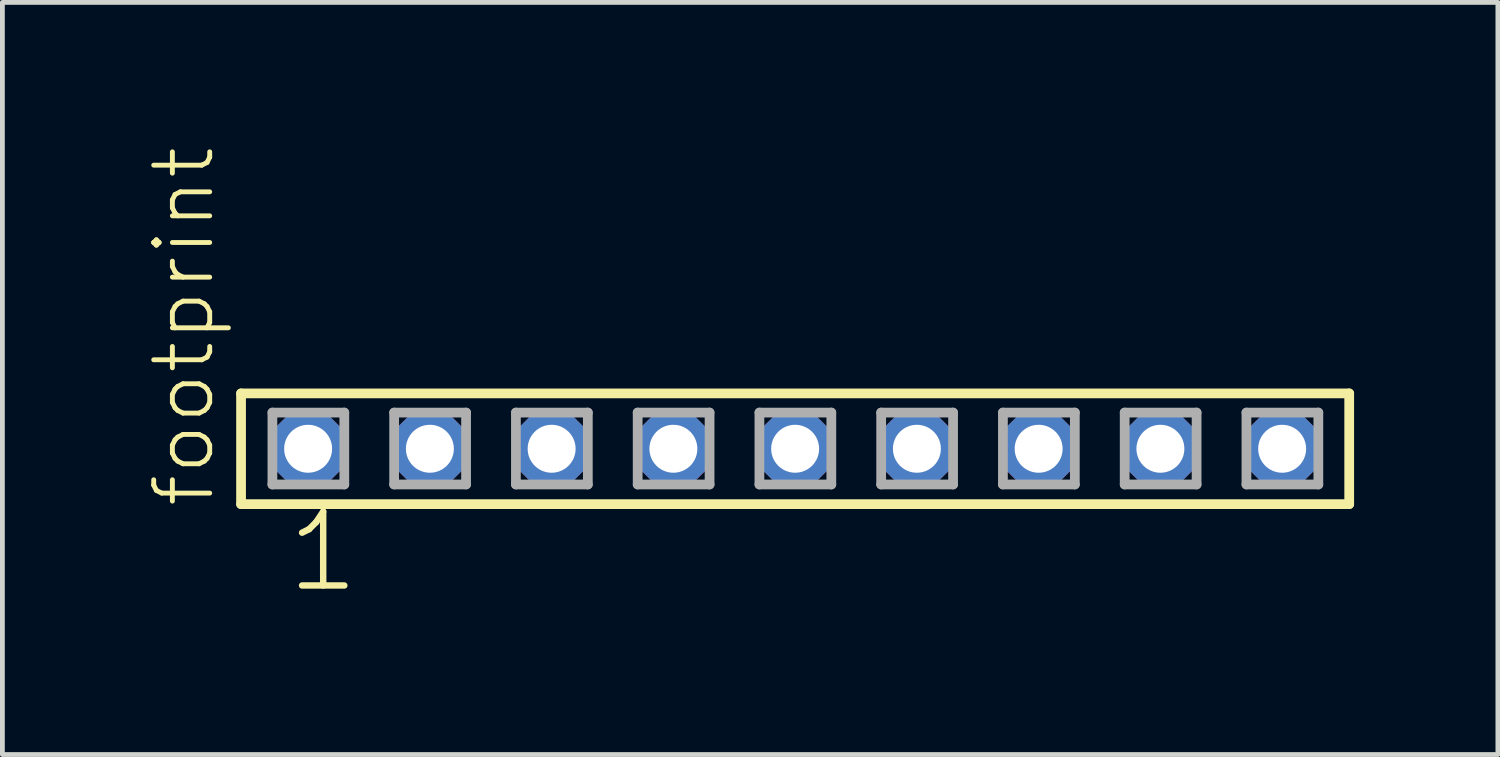
<source format=kicad_pcb>
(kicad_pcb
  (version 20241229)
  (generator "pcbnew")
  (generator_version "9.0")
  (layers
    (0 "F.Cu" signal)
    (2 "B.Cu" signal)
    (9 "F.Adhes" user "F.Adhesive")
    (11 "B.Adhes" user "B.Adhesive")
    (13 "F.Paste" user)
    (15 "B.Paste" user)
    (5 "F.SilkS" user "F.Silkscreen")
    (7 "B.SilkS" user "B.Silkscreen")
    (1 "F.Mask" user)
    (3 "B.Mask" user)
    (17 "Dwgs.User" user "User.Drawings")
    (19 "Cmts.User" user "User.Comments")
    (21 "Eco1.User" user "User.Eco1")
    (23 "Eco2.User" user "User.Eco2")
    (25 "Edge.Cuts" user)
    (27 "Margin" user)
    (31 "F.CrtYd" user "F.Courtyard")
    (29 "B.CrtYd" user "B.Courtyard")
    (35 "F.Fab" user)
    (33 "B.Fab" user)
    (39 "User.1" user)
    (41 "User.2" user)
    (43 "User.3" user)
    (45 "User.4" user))
  (footprint "footprint"
    (layer "F.Cu")
    (at 13.538 6.312)
    (property "Reference" "footprint" (at -12.065 1.27 90) (layer "F.SilkS") (effects (font (size 1.168 1.168) (thickness 0.102)) (justify left bottom)))
    (fp_line (start -11.559 -1.155) (end 11.559 -1.155) (stroke (width 0.203) (type solid)) (layer "F.SilkS"))
    (fp_line (start -11.559 1.155) (end -11.559 -1.155) (stroke (width 0.203) (type solid)) (layer "F.SilkS"))
    (fp_line (start 11.559 -1.155) (end 11.559 1.155) (stroke (width 0.203) (type solid)) (layer "F.SilkS"))
    (fp_line (start 11.559 1.155) (end -11.559 1.155) (stroke (width 0.203) (type solid)) (layer "F.SilkS"))
    (fp_line (start -10.905 -0.755) (end -9.405 -0.755) (stroke (width 0.203) (type solid)) (layer "F.Fab"))
    (fp_line (start -10.905 0.745) (end -10.905 -0.755) (stroke (width 0.203) (type solid)) (layer "F.Fab"))
    (fp_line (start -9.405 -0.755) (end -9.405 0.745) (stroke (width 0.203) (type solid)) (layer "F.Fab"))
    (fp_line (start -9.405 0.745) (end -10.905 0.745) (stroke (width 0.203) (type solid)) (layer "F.Fab"))
    (fp_line (start -8.365 -0.755) (end -6.865 -0.755) (stroke (width 0.203) (type solid)) (layer "F.Fab"))
    (fp_line (start -8.365 0.745) (end -8.365 -0.755) (stroke (width 0.203) (type solid)) (layer "F.Fab"))
    (fp_line (start -6.865 -0.755) (end -6.865 0.745) (stroke (width 0.203) (type solid)) (layer "F.Fab"))
    (fp_line (start -6.865 0.745) (end -8.365 0.745) (stroke (width 0.203) (type solid)) (layer "F.Fab"))
    (fp_line (start -5.825 -0.755) (end -4.325 -0.755) (stroke (width 0.203) (type solid)) (layer "F.Fab"))
    (fp_line (start -5.825 0.745) (end -5.825 -0.755) (stroke (width 0.203) (type solid)) (layer "F.Fab"))
    (fp_line (start -4.325 -0.755) (end -4.325 0.745) (stroke (width 0.203) (type solid)) (layer "F.Fab"))
    (fp_line (start -4.325 0.745) (end -5.825 0.745) (stroke (width 0.203) (type solid)) (layer "F.Fab"))
    (fp_line (start -3.285 -0.755) (end -1.785 -0.755) (stroke (width 0.203) (type solid)) (layer "F.Fab"))
    (fp_line (start -3.285 0.745) (end -3.285 -0.755) (stroke (width 0.203) (type solid)) (layer "F.Fab"))
    (fp_line (start -1.785 -0.755) (end -1.785 0.745) (stroke (width 0.203) (type solid)) (layer "F.Fab"))
    (fp_line (start -1.785 0.745) (end -3.285 0.745) (stroke (width 0.203) (type solid)) (layer "F.Fab"))
    (fp_line (start -0.745 -0.755) (end 0.755 -0.755) (stroke (width 0.203) (type solid)) (layer "F.Fab"))
    (fp_line (start -0.745 0.745) (end -0.745 -0.755) (stroke (width 0.203) (type solid)) (layer "F.Fab"))
    (fp_line (start 0.755 -0.755) (end 0.755 0.745) (stroke (width 0.203) (type solid)) (layer "F.Fab"))
    (fp_line (start 0.755 0.745) (end -0.745 0.745) (stroke (width 0.203) (type solid)) (layer "F.Fab"))
    (fp_line (start 1.795 -0.755) (end 3.295 -0.755) (stroke (width 0.203) (type solid)) (layer "F.Fab"))
    (fp_line (start 1.795 0.745) (end 1.795 -0.755) (stroke (width 0.203) (type solid)) (layer "F.Fab"))
    (fp_line (start 3.295 -0.755) (end 3.295 0.745) (stroke (width 0.203) (type solid)) (layer "F.Fab"))
    (fp_line (start 3.295 0.745) (end 1.795 0.745) (stroke (width 0.203) (type solid)) (layer "F.Fab"))
    (fp_line (start 4.335 -0.755) (end 5.835 -0.755) (stroke (width 0.203) (type solid)) (layer "F.Fab"))
    (fp_line (start 4.335 0.745) (end 4.335 -0.755) (stroke (width 0.203) (type solid)) (layer "F.Fab"))
    (fp_line (start 5.835 -0.755) (end 5.835 0.745) (stroke (width 0.203) (type solid)) (layer "F.Fab"))
    (fp_line (start 5.835 0.745) (end 4.335 0.745) (stroke (width 0.203) (type solid)) (layer "F.Fab"))
    (fp_line (start 6.875 -0.755) (end 8.375 -0.755) (stroke (width 0.203) (type solid)) (layer "F.Fab"))
    (fp_line (start 6.875 0.745) (end 6.875 -0.755) (stroke (width 0.203) (type solid)) (layer "F.Fab"))
    (fp_line (start 8.375 -0.755) (end 8.375 0.745) (stroke (width 0.203) (type solid)) (layer "F.Fab"))
    (fp_line (start 8.375 0.745) (end 6.875 0.745) (stroke (width 0.203) (type solid)) (layer "F.Fab"))
    (fp_line (start 9.415 -0.755) (end 10.915 -0.755) (stroke (width 0.203) (type solid)) (layer "F.Fab"))
    (fp_line (start 9.415 0.745) (end 9.415 -0.755) (stroke (width 0.203) (type solid)) (layer "F.Fab"))
    (fp_line (start 10.915 -0.755) (end 10.915 0.745) (stroke (width 0.203) (type solid)) (layer "F.Fab"))
    (fp_line (start 10.915 0.745) (end 9.415 0.745) (stroke (width 0.203) (type solid)) (layer "F.Fab"))
    (fp_text user "1" (at -10.668 3.048 0) (layer "F.SilkS") (effects (font (size 1.542 1.542) (thickness 0.134)) (justify left bottom)))
    (pad "1" thru_hole roundrect (at -10.16 0) (size 1.5 1.5) (drill 1) (layers "*.Cu" "*.Mask") (roundrect_rratio 0.25) (chamfer_ratio 0.25) (chamfer top_left top_right bottom_left bottom_right))
    (pad "2" thru_hole roundrect (at -7.62 0) (size 1.5 1.5) (drill 1) (layers "*.Cu" "*.Mask") (roundrect_rratio 0.25) (chamfer_ratio 0.25) (chamfer top_left top_right bottom_left bottom_right))
    (pad "3" thru_hole roundrect (at -5.08 0) (size 1.5 1.5) (drill 1) (layers "*.Cu" "*.Mask") (roundrect_rratio 0.25) (chamfer_ratio 0.25) (chamfer top_left top_right bottom_left bottom_right))
    (pad "4" thru_hole roundrect (at -2.54 0) (size 1.5 1.5) (drill 1) (layers "*.Cu" "*.Mask") (roundrect_rratio 0.25) (chamfer_ratio 0.25) (chamfer top_left top_right bottom_left bottom_right))
    (pad "5" thru_hole roundrect (at 0 0) (size 1.5 1.5) (drill 1) (layers "*.Cu" "*.Mask") (roundrect_rratio 0.25) (chamfer_ratio 0.25) (chamfer top_left top_right bottom_left bottom_right))
    (pad "6" thru_hole roundrect (at 2.54 0) (size 1.5 1.5) (drill 1) (layers "*.Cu" "*.Mask") (roundrect_rratio 0.25) (chamfer_ratio 0.25) (chamfer top_left top_right bottom_left bottom_right))
    (pad "7" thru_hole roundrect (at 5.08 0) (size 1.5 1.5) (drill 1) (layers "*.Cu" "*.Mask") (roundrect_rratio 0.25) (chamfer_ratio 0.25) (chamfer top_left top_right bottom_left bottom_right))
    (pad "8" thru_hole roundrect (at 7.62 0) (size 1.5 1.5) (drill 1) (layers "*.Cu" "*.Mask") (roundrect_rratio 0.25) (chamfer_ratio 0.25) (chamfer top_left top_right bottom_left bottom_right))
    (pad "9" thru_hole roundrect (at 10.16 0) (size 1.5 1.5) (drill 1) (layers "*.Cu" "*.Mask") (roundrect_rratio 0.25) (chamfer_ratio 0.25) (chamfer top_left top_right bottom_left bottom_right)))
  (gr_rect
    (start -3 -3)
    (end 28.199 12.691)
    (stroke (width 0.1) (type default))
    (fill no)
    (layer "Edge.Cuts")))
</source>
